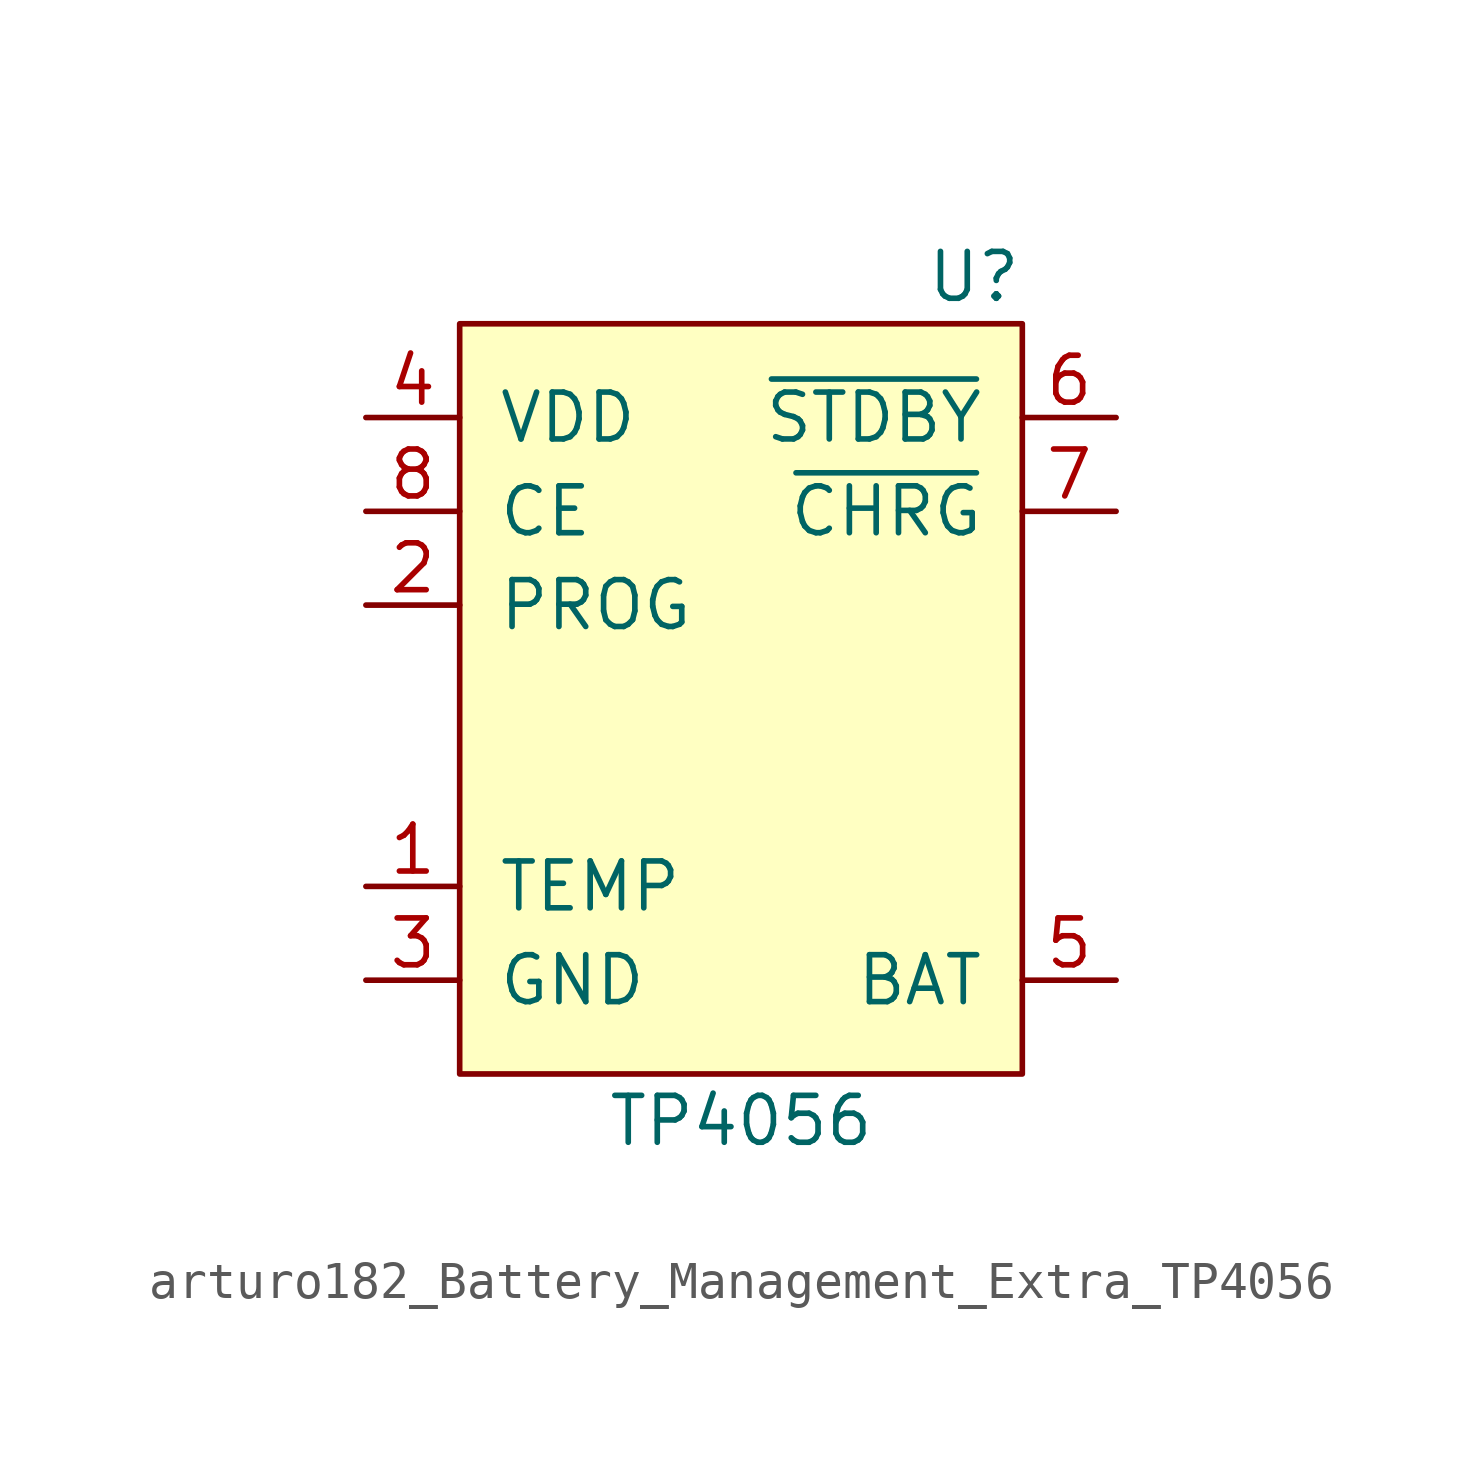
<source format=kicad_sym>
(kicad_symbol_lib
  (version 20220914)
  (generator kicad_symbol_editor)
  (symbol "arturo182_Battery_Management_Extra_TP4056"
    (pin_names
      (offset 1.016))
    (property "Reference" "U"
      (at 7.62 12.7 0)
      (effects (font (size 1.27 1.27)) (justify right)))
    (property "Value" "TP4056"
      (at 0 -10.16 0)
      (effects (font (size 1.27 1.27))))
    (symbol "arturo182_Battery_Management_Extra_TP4056_0_1"
      (rectangle (start -7.62 11.43) (end 7.62 -8.89) (stroke (width 0) (type default) (color 0 0 0 0)) (fill (type background))))
    (symbol "arturo182_Battery_Management_Extra_TP4056_1_1"
      (pin input line (at -10.16 -3.81 0) (length 2.54) (name "TEMP" (effects (font (size 1.27 1.27)))) (number "1" (effects (font (size 1.27 1.27)))))
      (pin input line (at -10.16 3.81 0) (length 2.54) (name "PROG" (effects (font (size 1.27 1.27)))) (number "2" (effects (font (size 1.27 1.27)))))
      (pin power_in line (at -10.16 -6.35 0) (length 2.54) (name "GND" (effects (font (size 1.27 1.27)))) (number "3" (effects (font (size 1.27 1.27)))))
      (pin input line (at -10.16 8.89 0) (length 2.54) (name "VDD" (effects (font (size 1.27 1.27)))) (number "4" (effects (font (size 1.27 1.27)))))
      (pin power_out line (at 10.16 -6.35 180) (length 2.54) (name "BAT" (effects (font (size 1.27 1.27)))) (number "5" (effects (font (size 1.27 1.27)))))
      (pin output line (at 10.16 8.89 180) (length 2.54) (name "~{STDBY}" (effects (font (size 1.27 1.27)))) (number "6" (effects (font (size 1.27 1.27)))))
      (pin output line (at 10.16 6.35 180) (length 2.54) (name "~{CHRG}" (effects (font (size 1.27 1.27)))) (number "7" (effects (font (size 1.27 1.27)))))
      (pin input line (at -10.16 6.35 0) (length 2.54) (name "CE" (effects (font (size 1.27 1.27)))) (number "8" (effects (font (size 1.27 1.27)))))
      (pin passive line (at -10.16 -6.35 0) (length 2.54) hide (name "GND" (effects (font (size 1.27 1.27)))) (number "9" (effects (font (size 1.27 1.27))))))))
</source>
